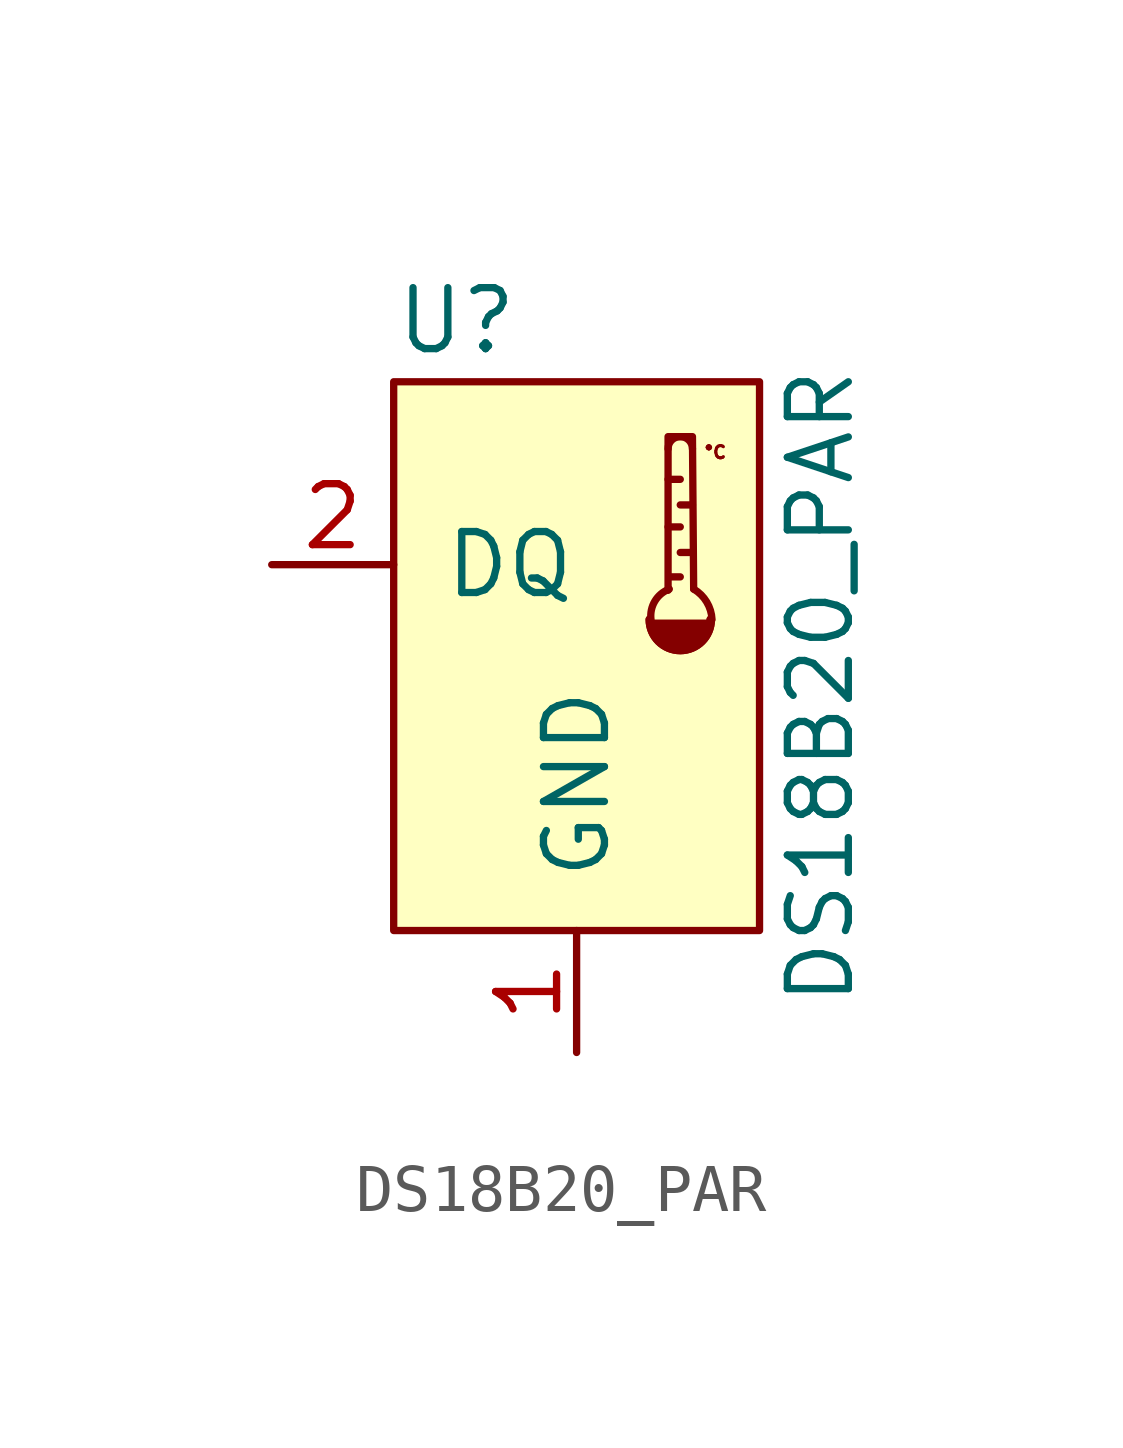
<source format=kicad_sym>
(kicad_symbol_lib
  (version 20231120)
  (generator "kicad_symbol_editor")
  (generator_version "8.0")
  (symbol "DS18B20_PAR"
    (pin_names
      (offset 1.016))
    (property "Reference" "U"
      (at -3.81 8.89 0)
      (effects (font (size 1.27 1.27)) (justify left)))
    (property "Value" "DS18B20_PAR"
      (at 5.08 1.27 90)
      (effects (font (size 1.27 1.27))))
    (symbol "DS18B20_PAR_0_1"
      (rectangle (start -3.81 -3.81) (end 3.81 7.62) (stroke (width 0) (type solid)) (fill (type background))))
    (symbol "DS18B20_PAR_1_0"
      (polyline (pts (xy 1.905 4.597) (xy 2.159 4.597)) (stroke (width 0) (type solid)) (fill (type none)))
      (polyline (pts (xy 1.93 3.556) (xy 2.159 3.556)) (stroke (width 0) (type solid)) (fill (type none)))
      (polyline (pts (xy 2.159 5.588) (xy 1.905 5.588)) (stroke (width 0) (type solid)) (fill (type none)))
      (polyline (pts (xy 2.413 4.064) (xy 2.159 4.064)) (stroke (width 0) (type solid)) (fill (type none)))
      (polyline (pts (xy 2.413 5.055) (xy 2.159 5.055)) (stroke (width 0) (type solid)) (fill (type none)))
      (polyline (pts (xy 1.905 3.277) (xy 1.905 6.477) (xy 2.413 6.477) (xy 2.438 3.302)) (stroke (width 0) (type solid)) (fill (type none)))
      (arc (start 1.524 2.667) (mid 2.159 2.032) (end 2.794 2.667) (stroke (width 0.1778) (type solid)) (fill (type none)))
      (arc (start 1.524 2.667) (mid 2.159 2.032) (end 2.794 2.667) (stroke (width 0.1778) (type solid)) (fill (type outline)))
      (arc (start 1.9304 3.302) (mid 1.6277 3.0477) (end 1.5494 2.667) (stroke (width 0) (type solid)) (fill (type none)))
      (arc (start 2.413 6.223) (mid 2.159 6.477) (end 1.905 6.223) (stroke (width 0) (type solid)) (fill (type none)))
      (arc (start 2.8194 2.667) (mid 2.7121 3.0279) (end 2.4384 3.302) (stroke (width 0) (type solid)) (fill (type none)))
      (text "°C" (at 2.616 6.299 0) (effects (font (size 0.254 0.254)) (justify left top))))
    (symbol "DS18B20_PAR_1_1"
      (pin power_in line (at 0 -6.35 90) (length 2.54) (name "GND" (effects (font (size 1.27 1.27)))) (number "1" (effects (font (size 1.27 1.27)))))
      (pin bidirectional line (at -6.35 3.81 0) (length 2.54) (name "DQ" (effects (font (size 1.27 1.27)))) (number "2" (effects (font (size 1.27 1.27)))))
      (pin no_connect line (at -6.35 1.27 0) (length 2.54) hide (name "N.C." (effects (font (size 1.27 1.27)))) (number "3" (effects (font (size 1.27 1.27))))))))
</source>
